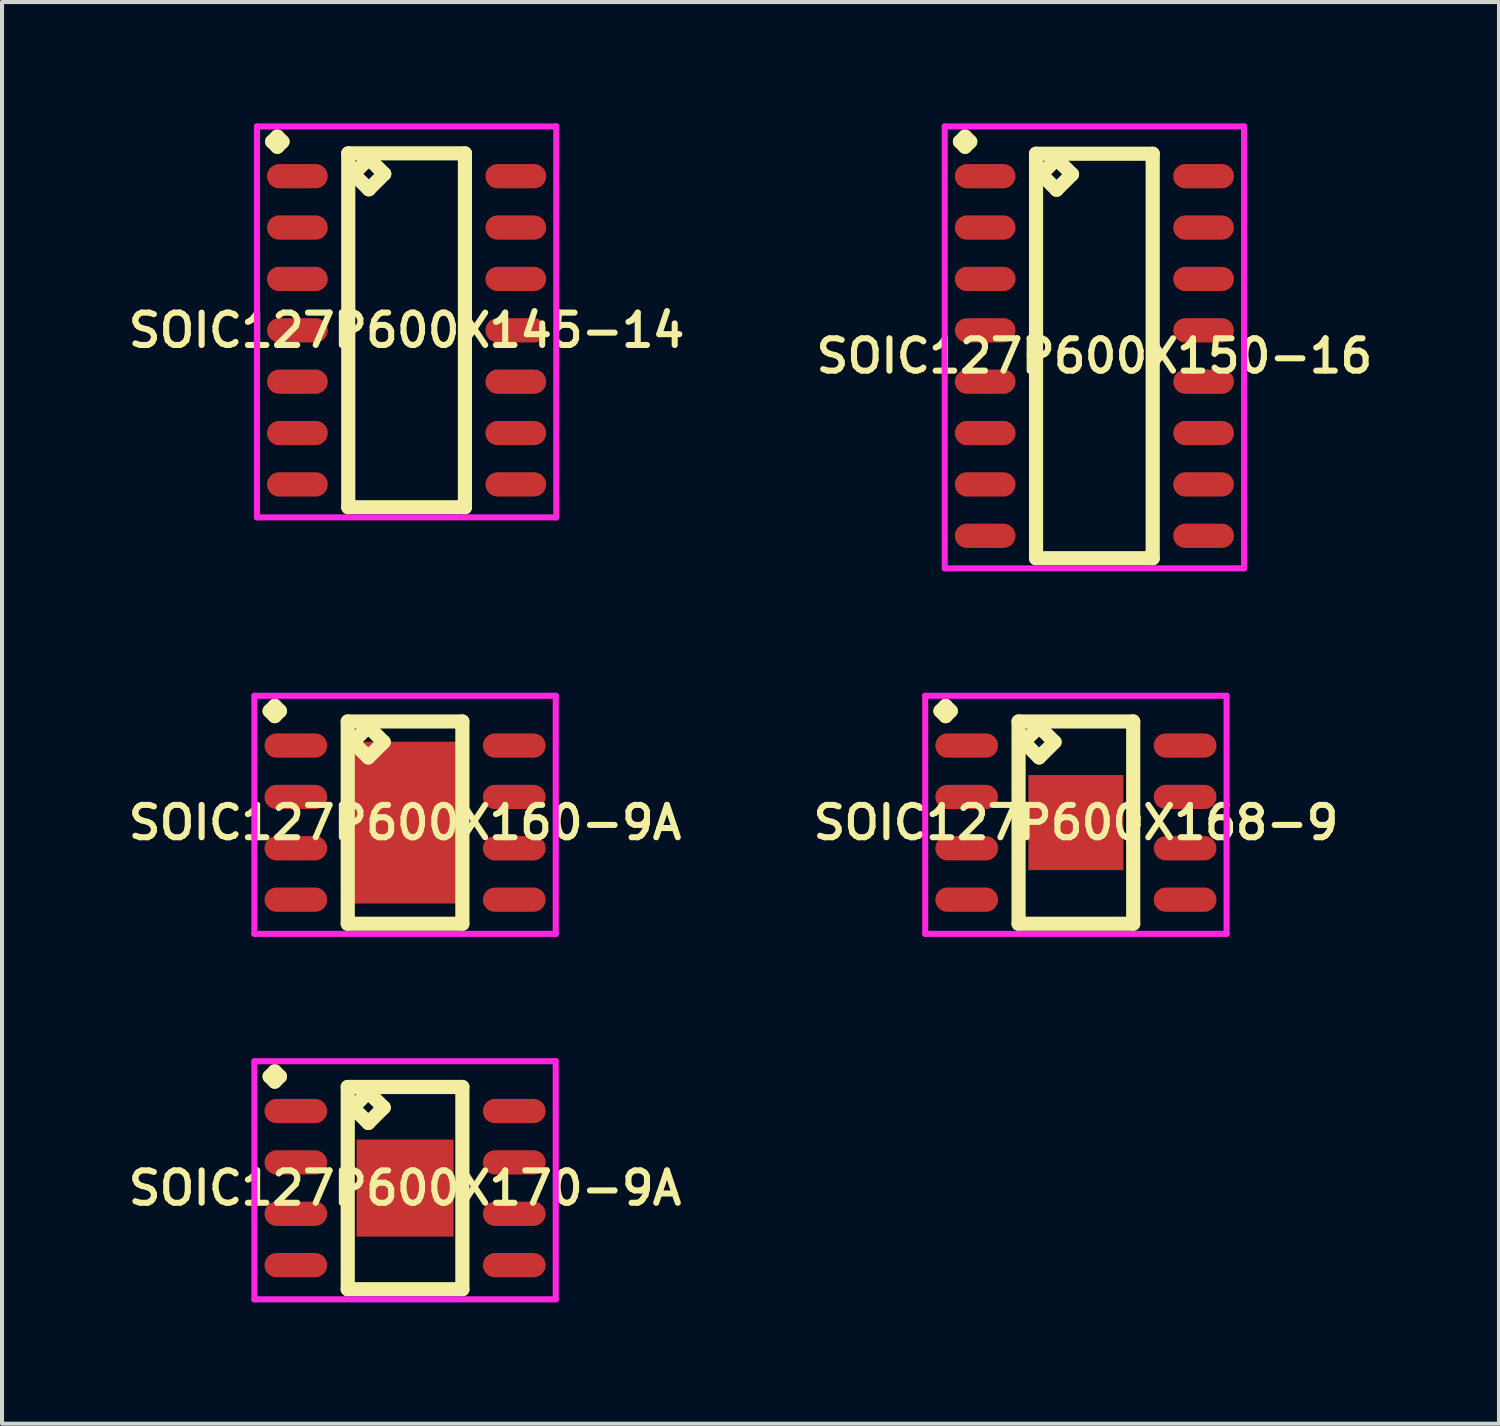
<source format=kicad_pcb>
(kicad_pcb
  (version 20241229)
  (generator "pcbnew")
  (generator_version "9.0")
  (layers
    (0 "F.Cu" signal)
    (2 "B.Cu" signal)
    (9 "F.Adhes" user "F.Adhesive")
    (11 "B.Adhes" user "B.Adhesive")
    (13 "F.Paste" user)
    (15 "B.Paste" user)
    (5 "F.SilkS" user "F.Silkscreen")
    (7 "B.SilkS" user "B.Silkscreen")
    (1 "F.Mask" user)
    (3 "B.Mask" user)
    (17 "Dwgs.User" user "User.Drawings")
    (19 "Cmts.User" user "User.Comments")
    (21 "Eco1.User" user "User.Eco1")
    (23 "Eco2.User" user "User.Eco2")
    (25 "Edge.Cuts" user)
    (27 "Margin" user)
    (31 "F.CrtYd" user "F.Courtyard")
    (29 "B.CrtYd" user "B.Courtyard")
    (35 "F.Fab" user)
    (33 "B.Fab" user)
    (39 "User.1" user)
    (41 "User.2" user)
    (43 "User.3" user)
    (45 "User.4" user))
  (footprint "SOIC127P600X160-9A"
    (layer "F.Cu")
    (at 6.964 17.287)
    (property "Reference" "SOIC127P600X160-9A" (at 0 0 0) (layer "F.SilkS") (effects (font (size 0.8 0.8) (thickness 0.15))))
    (attr smd)
    (fp_line (start -3.348 -2.759) (end -3.221 -2.886) (stroke (width 0.35) (type solid)) (layer "F.SilkS"))
    (fp_line (start -3.221 -2.886) (end -3.094 -2.759) (stroke (width 0.35) (type solid)) (layer "F.SilkS"))
    (fp_line (start -3.221 -2.632) (end -3.348 -2.759) (stroke (width 0.35) (type solid)) (layer "F.SilkS"))
    (fp_line (start -3.094 -2.759) (end -3.221 -2.632) (stroke (width 0.35) (type solid)) (layer "F.SilkS"))
    (fp_line (start -1.417 -2.5) (end -1.417 2.5) (stroke (width 0.35) (type solid)) (layer "F.SilkS"))
    (fp_line (start -1.417 2.5) (end 1.417 2.5) (stroke (width 0.35) (type solid)) (layer "F.SilkS"))
    (fp_line (start -1.29 -1.992) (end -0.909 -2.373) (stroke (width 0.35) (type solid)) (layer "F.SilkS"))
    (fp_line (start -0.909 -2.373) (end -0.528 -1.992) (stroke (width 0.35) (type solid)) (layer "F.SilkS"))
    (fp_line (start -0.909 -1.611) (end -1.29 -1.992) (stroke (width 0.35) (type solid)) (layer "F.SilkS"))
    (fp_line (start -0.528 -1.992) (end -0.909 -1.611) (stroke (width 0.35) (type solid)) (layer "F.SilkS"))
    (fp_line (start 1.417 -2.5) (end -1.417 -2.5) (stroke (width 0.35) (type solid)) (layer "F.SilkS"))
    (fp_line (start 1.417 2.5) (end 1.417 -2.5) (stroke (width 0.35) (type solid)) (layer "F.SilkS"))
    (fp_line (start -3.725 -3.136) (end 3.725 -3.136) (stroke (width 0.15) (type solid)) (layer "F.CrtYd"))
    (fp_line (start -3.725 2.75) (end -3.725 -3.136) (stroke (width 0.15) (type solid)) (layer "F.CrtYd"))
    (fp_line (start 3.725 -3.136) (end 3.725 2.75) (stroke (width 0.15) (type solid)) (layer "F.CrtYd"))
    (fp_line (start 3.725 2.75) (end -3.725 2.75) (stroke (width 0.15) (type solid)) (layer "F.CrtYd"))
    (pad "1" smd oval (at -2.7 -1.905) (size 1.55 0.6) (layers "F.Cu" "F.Mask" "F.Paste"))
    (pad "2" smd oval (at -2.7 -0.635) (size 1.55 0.6) (layers "F.Cu" "F.Mask" "F.Paste"))
    (pad "3" smd oval (at -2.7 0.635) (size 1.55 0.6) (layers "F.Cu" "F.Mask" "F.Paste"))
    (pad "4" smd oval (at -2.7 1.905) (size 1.55 0.6) (layers "F.Cu" "F.Mask" "F.Paste"))
    (pad "5" smd oval (at 2.7 1.905) (size 1.55 0.6) (layers "F.Cu" "F.Mask" "F.Paste"))
    (pad "6" smd oval (at 2.7 0.635) (size 1.55 0.6) (layers "F.Cu" "F.Mask" "F.Paste"))
    (pad "7" smd oval (at 2.7 -0.635) (size 1.55 0.6) (layers "F.Cu" "F.Mask" "F.Paste"))
    (pad "8" smd oval (at 2.7 -1.905) (size 1.55 0.6) (layers "F.Cu" "F.Mask" "F.Paste"))
    (pad "9" smd rect (at 0 0) (size 2.8 4) (layers "F.Cu" "F.Mask" "F.Paste")))
  (footprint "SOIC127P600X145-14"
    (layer "F.Cu")
    (at 7.002 5.116)
    (property "Reference" "SOIC127P600X145-14" (at 0 0 0) (layer "F.SilkS") (effects (font (size 0.8 0.8) (thickness 0.15))))
    (attr smd)
    (fp_line (start -3.323 -4.664) (end -3.196 -4.791) (stroke (width 0.35) (type solid)) (layer "F.SilkS"))
    (fp_line (start -3.196 -4.791) (end -3.069 -4.664) (stroke (width 0.35) (type solid)) (layer "F.SilkS"))
    (fp_line (start -3.196 -4.537) (end -3.323 -4.664) (stroke (width 0.35) (type solid)) (layer "F.SilkS"))
    (fp_line (start -3.069 -4.664) (end -3.196 -4.537) (stroke (width 0.35) (type solid)) (layer "F.SilkS"))
    (fp_line (start -1.442 -4.375) (end -1.442 4.375) (stroke (width 0.35) (type solid)) (layer "F.SilkS"))
    (fp_line (start -1.442 4.375) (end 1.442 4.375) (stroke (width 0.35) (type solid)) (layer "F.SilkS"))
    (fp_line (start -1.315 -3.867) (end -0.934 -4.248) (stroke (width 0.35) (type solid)) (layer "F.SilkS"))
    (fp_line (start -0.934 -4.248) (end -0.553 -3.867) (stroke (width 0.35) (type solid)) (layer "F.SilkS"))
    (fp_line (start -0.934 -3.486) (end -1.315 -3.867) (stroke (width 0.35) (type solid)) (layer "F.SilkS"))
    (fp_line (start -0.553 -3.867) (end -0.934 -3.486) (stroke (width 0.35) (type solid)) (layer "F.SilkS"))
    (fp_line (start 1.442 -4.375) (end -1.442 -4.375) (stroke (width 0.35) (type solid)) (layer "F.SilkS"))
    (fp_line (start 1.442 4.375) (end 1.442 -4.375) (stroke (width 0.35) (type solid)) (layer "F.SilkS"))
    (fp_line (start -3.7 -5.041) (end 3.7 -5.041) (stroke (width 0.15) (type solid)) (layer "F.CrtYd"))
    (fp_line (start -3.7 4.625) (end -3.7 -5.041) (stroke (width 0.15) (type solid)) (layer "F.CrtYd"))
    (fp_line (start 3.7 -5.041) (end 3.7 4.625) (stroke (width 0.15) (type solid)) (layer "F.CrtYd"))
    (fp_line (start 3.7 4.625) (end -3.7 4.625) (stroke (width 0.15) (type solid)) (layer "F.CrtYd"))
    (pad "1" smd oval (at -2.7 -3.81) (size 1.5 0.6) (layers "F.Cu" "F.Mask" "F.Paste"))
    (pad "2" smd oval (at -2.7 -2.54) (size 1.5 0.6) (layers "F.Cu" "F.Mask" "F.Paste"))
    (pad "3" smd oval (at -2.7 -1.27) (size 1.5 0.6) (layers "F.Cu" "F.Mask" "F.Paste"))
    (pad "4" smd oval (at -2.7 0) (size 1.5 0.6) (layers "F.Cu" "F.Mask" "F.Paste"))
    (pad "5" smd oval (at -2.7 1.27) (size 1.5 0.6) (layers "F.Cu" "F.Mask" "F.Paste"))
    (pad "6" smd oval (at -2.7 2.54) (size 1.5 0.6) (layers "F.Cu" "F.Mask" "F.Paste"))
    (pad "7" smd oval (at -2.7 3.81) (size 1.5 0.6) (layers "F.Cu" "F.Mask" "F.Paste"))
    (pad "8" smd oval (at 2.7 3.81) (size 1.5 0.6) (layers "F.Cu" "F.Mask" "F.Paste"))
    (pad "9" smd oval (at 2.7 2.54) (size 1.5 0.6) (layers "F.Cu" "F.Mask" "F.Paste"))
    (pad "10" smd oval (at 2.7 1.27) (size 1.5 0.6) (layers "F.Cu" "F.Mask" "F.Paste"))
    (pad "11" smd oval (at 2.7 0) (size 1.5 0.6) (layers "F.Cu" "F.Mask" "F.Paste"))
    (pad "12" smd oval (at 2.7 -1.27) (size 1.5 0.6) (layers "F.Cu" "F.Mask" "F.Paste"))
    (pad "13" smd oval (at 2.7 -2.54) (size 1.5 0.6) (layers "F.Cu" "F.Mask" "F.Paste"))
    (pad "14" smd oval (at 2.7 -3.81) (size 1.5 0.6) (layers "F.Cu" "F.Mask" "F.Paste")))
  (footprint "SOIC127P600X150-16"
    (layer "F.Cu")
    (at 24.006 5.751)
    (property "Reference" "SOIC127P600X150-16" (at 0 0 0) (layer "F.SilkS") (effects (font (size 0.8 0.8) (thickness 0.15))))
    (attr smd)
    (fp_line (start -3.323 -5.299) (end -3.196 -5.426) (stroke (width 0.35) (type solid)) (layer "F.SilkS"))
    (fp_line (start -3.196 -5.426) (end -3.069 -5.299) (stroke (width 0.35) (type solid)) (layer "F.SilkS"))
    (fp_line (start -3.196 -5.172) (end -3.323 -5.299) (stroke (width 0.35) (type solid)) (layer "F.SilkS"))
    (fp_line (start -3.069 -5.299) (end -3.196 -5.172) (stroke (width 0.35) (type solid)) (layer "F.SilkS"))
    (fp_line (start -1.442 -5) (end -1.442 5) (stroke (width 0.35) (type solid)) (layer "F.SilkS"))
    (fp_line (start -1.442 5) (end 1.442 5) (stroke (width 0.35) (type solid)) (layer "F.SilkS"))
    (fp_line (start -1.315 -4.492) (end -0.934 -4.873) (stroke (width 0.35) (type solid)) (layer "F.SilkS"))
    (fp_line (start -0.934 -4.873) (end -0.553 -4.492) (stroke (width 0.35) (type solid)) (layer "F.SilkS"))
    (fp_line (start -0.934 -4.111) (end -1.315 -4.492) (stroke (width 0.35) (type solid)) (layer "F.SilkS"))
    (fp_line (start -0.553 -4.492) (end -0.934 -4.111) (stroke (width 0.35) (type solid)) (layer "F.SilkS"))
    (fp_line (start 1.442 -5) (end -1.442 -5) (stroke (width 0.35) (type solid)) (layer "F.SilkS"))
    (fp_line (start 1.442 5) (end 1.442 -5) (stroke (width 0.35) (type solid)) (layer "F.SilkS"))
    (fp_line (start -3.7 -5.676) (end 3.7 -5.676) (stroke (width 0.15) (type solid)) (layer "F.CrtYd"))
    (fp_line (start -3.7 5.25) (end -3.7 -5.676) (stroke (width 0.15) (type solid)) (layer "F.CrtYd"))
    (fp_line (start 3.7 -5.676) (end 3.7 5.25) (stroke (width 0.15) (type solid)) (layer "F.CrtYd"))
    (fp_line (start 3.7 5.25) (end -3.7 5.25) (stroke (width 0.15) (type solid)) (layer "F.CrtYd"))
    (pad "1" smd oval (at -2.7 -4.445) (size 1.5 0.6) (layers "F.Cu" "F.Mask" "F.Paste"))
    (pad "2" smd oval (at -2.7 -3.175) (size 1.5 0.6) (layers "F.Cu" "F.Mask" "F.Paste"))
    (pad "3" smd oval (at -2.7 -1.905) (size 1.5 0.6) (layers "F.Cu" "F.Mask" "F.Paste"))
    (pad "4" smd oval (at -2.7 -0.635) (size 1.5 0.6) (layers "F.Cu" "F.Mask" "F.Paste"))
    (pad "5" smd oval (at -2.7 0.635) (size 1.5 0.6) (layers "F.Cu" "F.Mask" "F.Paste"))
    (pad "6" smd oval (at -2.7 1.905) (size 1.5 0.6) (layers "F.Cu" "F.Mask" "F.Paste"))
    (pad "7" smd oval (at -2.7 3.175) (size 1.5 0.6) (layers "F.Cu" "F.Mask" "F.Paste"))
    (pad "8" smd oval (at -2.7 4.445) (size 1.5 0.6) (layers "F.Cu" "F.Mask" "F.Paste"))
    (pad "9" smd oval (at 2.7 4.445) (size 1.5 0.6) (layers "F.Cu" "F.Mask" "F.Paste"))
    (pad "10" smd oval (at 2.7 3.175) (size 1.5 0.6) (layers "F.Cu" "F.Mask" "F.Paste"))
    (pad "11" smd oval (at 2.7 1.905) (size 1.5 0.6) (layers "F.Cu" "F.Mask" "F.Paste"))
    (pad "12" smd oval (at 2.7 0.635) (size 1.5 0.6) (layers "F.Cu" "F.Mask" "F.Paste"))
    (pad "13" smd oval (at 2.7 -0.635) (size 1.5 0.6) (layers "F.Cu" "F.Mask" "F.Paste"))
    (pad "14" smd oval (at 2.7 -1.905) (size 1.5 0.6) (layers "F.Cu" "F.Mask" "F.Paste"))
    (pad "15" smd oval (at 2.7 -3.175) (size 1.5 0.6) (layers "F.Cu" "F.Mask" "F.Paste"))
    (pad "16" smd oval (at 2.7 -4.445) (size 1.5 0.6) (layers "F.Cu" "F.Mask" "F.Paste")))
  (footprint "SOIC127P600X168-9"
    (layer "F.Cu")
    (at 23.549 17.287)
    (property "Reference" "SOIC127P600X168-9" (at 0 0 0) (layer "F.SilkS") (effects (font (size 0.8 0.8) (thickness 0.15))))
    (attr smd)
    (fp_line (start -3.348 -2.759) (end -3.221 -2.886) (stroke (width 0.35) (type solid)) (layer "F.SilkS"))
    (fp_line (start -3.221 -2.886) (end -3.094 -2.759) (stroke (width 0.35) (type solid)) (layer "F.SilkS"))
    (fp_line (start -3.221 -2.632) (end -3.348 -2.759) (stroke (width 0.35) (type solid)) (layer "F.SilkS"))
    (fp_line (start -3.094 -2.759) (end -3.221 -2.632) (stroke (width 0.35) (type solid)) (layer "F.SilkS"))
    (fp_line (start -1.417 -2.5) (end -1.417 2.5) (stroke (width 0.35) (type solid)) (layer "F.SilkS"))
    (fp_line (start -1.417 2.5) (end 1.417 2.5) (stroke (width 0.35) (type solid)) (layer "F.SilkS"))
    (fp_line (start -1.29 -1.992) (end -0.909 -2.373) (stroke (width 0.35) (type solid)) (layer "F.SilkS"))
    (fp_line (start -0.909 -2.373) (end -0.528 -1.992) (stroke (width 0.35) (type solid)) (layer "F.SilkS"))
    (fp_line (start -0.909 -1.611) (end -1.29 -1.992) (stroke (width 0.35) (type solid)) (layer "F.SilkS"))
    (fp_line (start -0.528 -1.992) (end -0.909 -1.611) (stroke (width 0.35) (type solid)) (layer "F.SilkS"))
    (fp_line (start 1.417 -2.5) (end -1.417 -2.5) (stroke (width 0.35) (type solid)) (layer "F.SilkS"))
    (fp_line (start 1.417 2.5) (end 1.417 -2.5) (stroke (width 0.35) (type solid)) (layer "F.SilkS"))
    (fp_line (start -3.725 -3.136) (end 3.725 -3.136) (stroke (width 0.15) (type solid)) (layer "F.CrtYd"))
    (fp_line (start -3.725 2.75) (end -3.725 -3.136) (stroke (width 0.15) (type solid)) (layer "F.CrtYd"))
    (fp_line (start 3.725 -3.136) (end 3.725 2.75) (stroke (width 0.15) (type solid)) (layer "F.CrtYd"))
    (fp_line (start 3.725 2.75) (end -3.725 2.75) (stroke (width 0.15) (type solid)) (layer "F.CrtYd"))
    (pad "1" smd oval (at -2.7 -1.905) (size 1.55 0.6) (layers "F.Cu" "F.Mask" "F.Paste"))
    (pad "2" smd oval (at -2.7 -0.635) (size 1.55 0.6) (layers "F.Cu" "F.Mask" "F.Paste"))
    (pad "3" smd oval (at -2.7 0.635) (size 1.55 0.6) (layers "F.Cu" "F.Mask" "F.Paste"))
    (pad "4" smd oval (at -2.7 1.905) (size 1.55 0.6) (layers "F.Cu" "F.Mask" "F.Paste"))
    (pad "5" smd oval (at 2.7 1.905) (size 1.55 0.6) (layers "F.Cu" "F.Mask" "F.Paste"))
    (pad "6" smd oval (at 2.7 0.635) (size 1.55 0.6) (layers "F.Cu" "F.Mask" "F.Paste"))
    (pad "7" smd oval (at 2.7 -0.635) (size 1.55 0.6) (layers "F.Cu" "F.Mask" "F.Paste"))
    (pad "8" smd oval (at 2.7 -1.905) (size 1.55 0.6) (layers "F.Cu" "F.Mask" "F.Paste"))
    (pad "9" smd rect (at 0 0) (size 2.35 2.35) (layers "F.Cu" "F.Mask" "F.Paste")))
  (footprint "SOIC127P600X170-9A"
    (layer "F.Cu")
    (at 6.964 26.323)
    (property "Reference" "SOIC127P600X170-9A" (at 0 0 0) (layer "F.SilkS") (effects (font (size 0.8 0.8) (thickness 0.15))))
    (attr smd)
    (fp_line (start -3.348 -2.759) (end -3.221 -2.886) (stroke (width 0.35) (type solid)) (layer "F.SilkS"))
    (fp_line (start -3.221 -2.886) (end -3.094 -2.759) (stroke (width 0.35) (type solid)) (layer "F.SilkS"))
    (fp_line (start -3.221 -2.632) (end -3.348 -2.759) (stroke (width 0.35) (type solid)) (layer "F.SilkS"))
    (fp_line (start -3.094 -2.759) (end -3.221 -2.632) (stroke (width 0.35) (type solid)) (layer "F.SilkS"))
    (fp_line (start -1.417 -2.5) (end -1.417 2.5) (stroke (width 0.35) (type solid)) (layer "F.SilkS"))
    (fp_line (start -1.417 2.5) (end 1.417 2.5) (stroke (width 0.35) (type solid)) (layer "F.SilkS"))
    (fp_line (start -1.29 -1.992) (end -0.909 -2.373) (stroke (width 0.35) (type solid)) (layer "F.SilkS"))
    (fp_line (start -0.909 -2.373) (end -0.528 -1.992) (stroke (width 0.35) (type solid)) (layer "F.SilkS"))
    (fp_line (start -0.909 -1.611) (end -1.29 -1.992) (stroke (width 0.35) (type solid)) (layer "F.SilkS"))
    (fp_line (start -0.528 -1.992) (end -0.909 -1.611) (stroke (width 0.35) (type solid)) (layer "F.SilkS"))
    (fp_line (start 1.417 -2.5) (end -1.417 -2.5) (stroke (width 0.35) (type solid)) (layer "F.SilkS"))
    (fp_line (start 1.417 2.5) (end 1.417 -2.5) (stroke (width 0.35) (type solid)) (layer "F.SilkS"))
    (fp_line (start -3.725 -3.136) (end 3.725 -3.136) (stroke (width 0.15) (type solid)) (layer "F.CrtYd"))
    (fp_line (start -3.725 2.75) (end -3.725 -3.136) (stroke (width 0.15) (type solid)) (layer "F.CrtYd"))
    (fp_line (start 3.725 -3.136) (end 3.725 2.75) (stroke (width 0.15) (type solid)) (layer "F.CrtYd"))
    (fp_line (start 3.725 2.75) (end -3.725 2.75) (stroke (width 0.15) (type solid)) (layer "F.CrtYd"))
    (pad "1" smd oval (at -2.7 -1.905) (size 1.55 0.6) (layers "F.Cu" "F.Mask" "F.Paste"))
    (pad "2" smd oval (at -2.7 -0.635) (size 1.55 0.6) (layers "F.Cu" "F.Mask" "F.Paste"))
    (pad "3" smd oval (at -2.7 0.635) (size 1.55 0.6) (layers "F.Cu" "F.Mask" "F.Paste"))
    (pad "4" smd oval (at -2.7 1.905) (size 1.55 0.6) (layers "F.Cu" "F.Mask" "F.Paste"))
    (pad "5" smd oval (at 2.7 1.905) (size 1.55 0.6) (layers "F.Cu" "F.Mask" "F.Paste"))
    (pad "6" smd oval (at 2.7 0.635) (size 1.55 0.6) (layers "F.Cu" "F.Mask" "F.Paste"))
    (pad "7" smd oval (at 2.7 -0.635) (size 1.55 0.6) (layers "F.Cu" "F.Mask" "F.Paste"))
    (pad "8" smd oval (at 2.7 -1.905) (size 1.55 0.6) (layers "F.Cu" "F.Mask" "F.Paste"))
    (pad "9" smd rect (at 0 0) (size 2.4 2.4) (layers "F.Cu" "F.Mask" "F.Paste")))
  (gr_rect
    (start -3 -3)
    (end 34.009 32.148)
    (stroke (width 0.1) (type default))
    (fill no)
    (layer "Edge.Cuts")))
</source>
